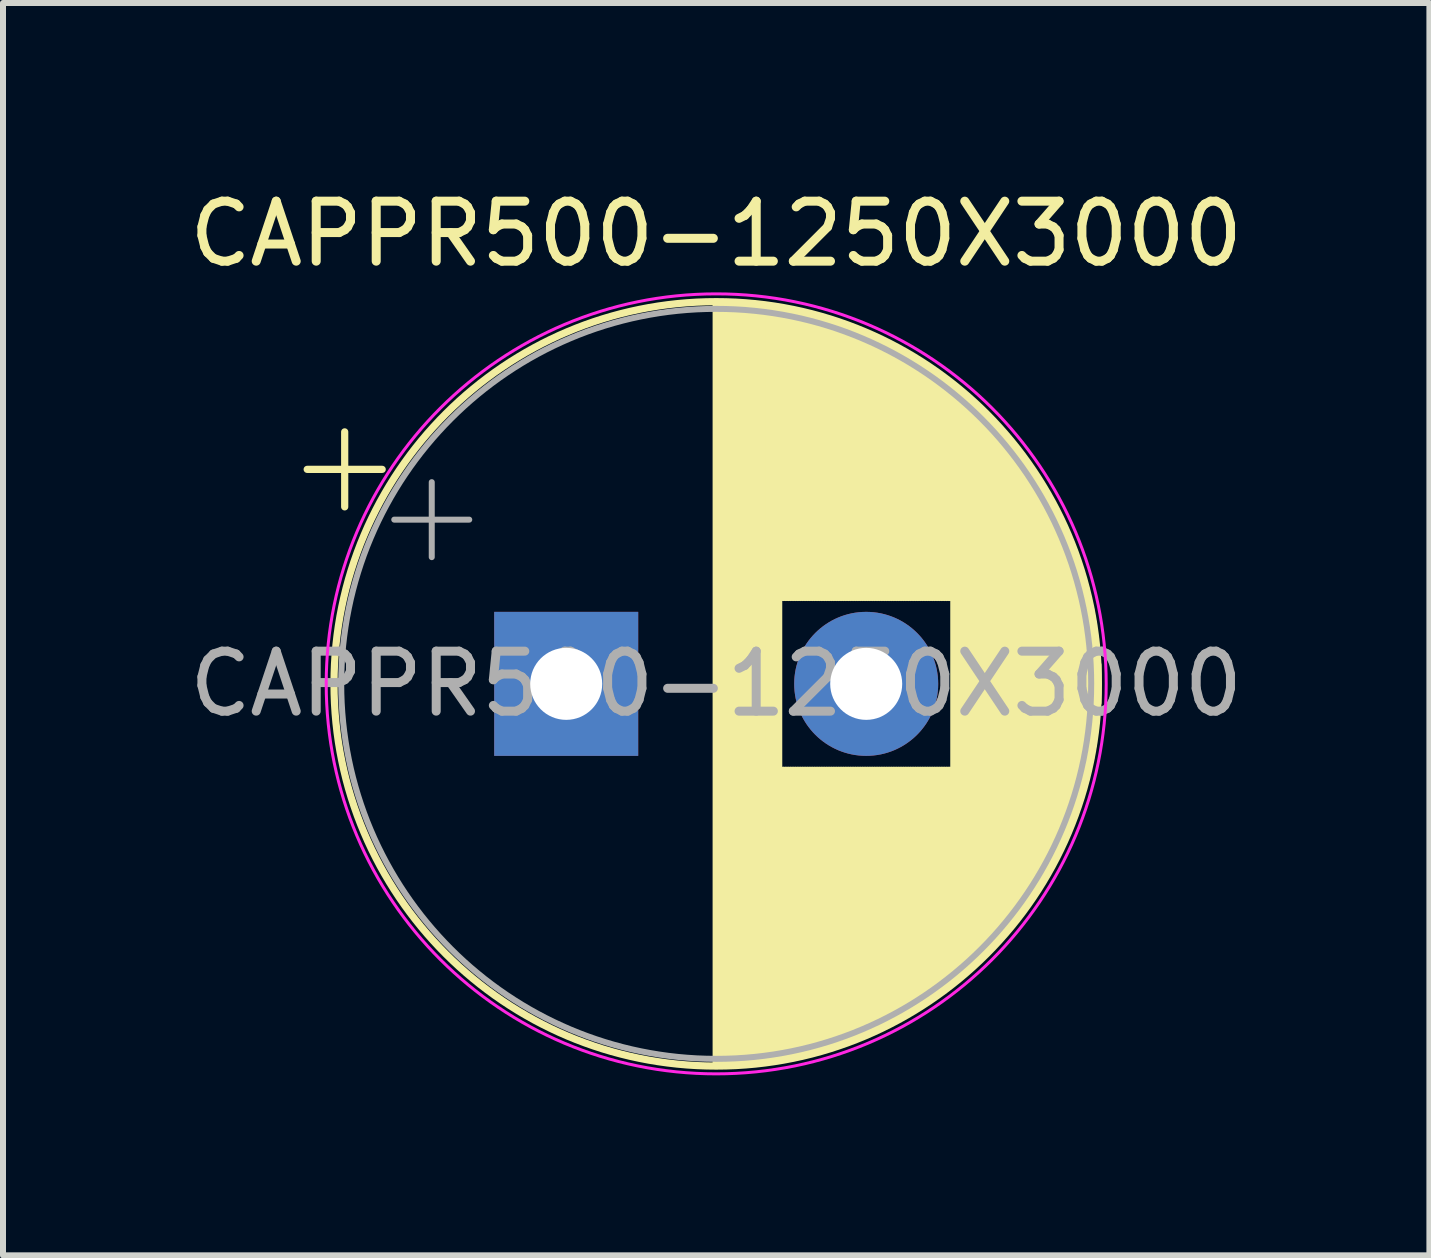
<source format=kicad_pcb>
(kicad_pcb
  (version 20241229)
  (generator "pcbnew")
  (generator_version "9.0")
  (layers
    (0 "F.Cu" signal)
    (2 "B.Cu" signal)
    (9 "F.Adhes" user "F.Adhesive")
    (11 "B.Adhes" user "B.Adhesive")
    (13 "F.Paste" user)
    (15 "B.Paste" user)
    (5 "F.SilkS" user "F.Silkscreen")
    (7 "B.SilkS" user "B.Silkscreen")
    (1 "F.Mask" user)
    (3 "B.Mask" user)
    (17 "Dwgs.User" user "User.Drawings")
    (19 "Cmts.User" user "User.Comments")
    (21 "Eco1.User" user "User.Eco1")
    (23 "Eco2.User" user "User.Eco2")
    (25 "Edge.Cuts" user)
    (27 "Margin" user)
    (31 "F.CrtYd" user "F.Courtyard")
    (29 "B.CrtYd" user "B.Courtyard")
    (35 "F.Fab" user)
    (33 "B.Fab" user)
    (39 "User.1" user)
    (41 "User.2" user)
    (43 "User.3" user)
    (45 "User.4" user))
  (footprint "CAPPR500-1250X3000"
    (layer "F.Cu")
    (at 6.387 8.348)
    (property "Reference" "CAPPR500-1250X3000" (at 2.5 -7.5 0) (layer "F.SilkS") (effects (font (size 1 1) (thickness 0.15))))
    (attr through_hole)
    (fp_line (start -4.317 -3.575) (end -3.067 -3.575) (stroke (width 0.12) (type solid)) (layer "F.SilkS"))
    (fp_line (start -3.692 -4.2) (end -3.692 -2.95) (stroke (width 0.12) (type solid)) (layer "F.SilkS"))
    (fp_line (start 2.5 -6.33) (end 2.5 6.33) (stroke (width 0.12) (type solid)) (layer "F.SilkS"))
    (fp_line (start 2.54 -6.33) (end 2.54 6.33) (stroke (width 0.12) (type solid)) (layer "F.SilkS"))
    (fp_line (start 2.58 -6.33) (end 2.58 6.33) (stroke (width 0.12) (type solid)) (layer "F.SilkS"))
    (fp_line (start 2.62 -6.329) (end 2.62 6.329) (stroke (width 0.12) (type solid)) (layer "F.SilkS"))
    (fp_line (start 2.66 -6.328) (end 2.66 6.328) (stroke (width 0.12) (type solid)) (layer "F.SilkS"))
    (fp_line (start 2.7 -6.327) (end 2.7 6.327) (stroke (width 0.12) (type solid)) (layer "F.SilkS"))
    (fp_line (start 2.74 -6.326) (end 2.74 6.326) (stroke (width 0.12) (type solid)) (layer "F.SilkS"))
    (fp_line (start 2.78 -6.324) (end 2.78 6.324) (stroke (width 0.12) (type solid)) (layer "F.SilkS"))
    (fp_line (start 2.82 -6.322) (end 2.82 6.322) (stroke (width 0.12) (type solid)) (layer "F.SilkS"))
    (fp_line (start 2.86 -6.32) (end 2.86 6.32) (stroke (width 0.12) (type solid)) (layer "F.SilkS"))
    (fp_line (start 2.9 -6.318) (end 2.9 6.318) (stroke (width 0.12) (type solid)) (layer "F.SilkS"))
    (fp_line (start 2.94 -6.315) (end 2.94 6.315) (stroke (width 0.12) (type solid)) (layer "F.SilkS"))
    (fp_line (start 2.98 -6.312) (end 2.98 6.312) (stroke (width 0.12) (type solid)) (layer "F.SilkS"))
    (fp_line (start 3.02 -6.309) (end 3.02 6.309) (stroke (width 0.12) (type solid)) (layer "F.SilkS"))
    (fp_line (start 3.06 -6.306) (end 3.06 6.306) (stroke (width 0.12) (type solid)) (layer "F.SilkS"))
    (fp_line (start 3.1 -6.302) (end 3.1 6.302) (stroke (width 0.12) (type solid)) (layer "F.SilkS"))
    (fp_line (start 3.14 -6.298) (end 3.14 6.298) (stroke (width 0.12) (type solid)) (layer "F.SilkS"))
    (fp_line (start 3.18 -6.294) (end 3.18 6.294) (stroke (width 0.12) (type solid)) (layer "F.SilkS"))
    (fp_line (start 3.221 -6.29) (end 3.221 6.29) (stroke (width 0.12) (type solid)) (layer "F.SilkS"))
    (fp_line (start 3.261 -6.285) (end 3.261 6.285) (stroke (width 0.12) (type solid)) (layer "F.SilkS"))
    (fp_line (start 3.301 -6.28) (end 3.301 6.28) (stroke (width 0.12) (type solid)) (layer "F.SilkS"))
    (fp_line (start 3.341 -6.275) (end 3.341 6.275) (stroke (width 0.12) (type solid)) (layer "F.SilkS"))
    (fp_line (start 3.381 -6.269) (end 3.381 6.269) (stroke (width 0.12) (type solid)) (layer "F.SilkS"))
    (fp_line (start 3.421 -6.264) (end 3.421 6.264) (stroke (width 0.12) (type solid)) (layer "F.SilkS"))
    (fp_line (start 3.461 -6.258) (end 3.461 6.258) (stroke (width 0.12) (type solid)) (layer "F.SilkS"))
    (fp_line (start 3.501 -6.252) (end 3.501 6.252) (stroke (width 0.12) (type solid)) (layer "F.SilkS"))
    (fp_line (start 3.541 -6.245) (end 3.541 6.245) (stroke (width 0.12) (type solid)) (layer "F.SilkS"))
    (fp_line (start 3.581 -6.238) (end 3.581 -1.44) (stroke (width 0.12) (type solid)) (layer "F.SilkS"))
    (fp_line (start 3.581 1.44) (end 3.581 6.238) (stroke (width 0.12) (type solid)) (layer "F.SilkS"))
    (fp_line (start 3.621 -6.231) (end 3.621 -1.44) (stroke (width 0.12) (type solid)) (layer "F.SilkS"))
    (fp_line (start 3.621 1.44) (end 3.621 6.231) (stroke (width 0.12) (type solid)) (layer "F.SilkS"))
    (fp_line (start 3.661 -6.224) (end 3.661 -1.44) (stroke (width 0.12) (type solid)) (layer "F.SilkS"))
    (fp_line (start 3.661 1.44) (end 3.661 6.224) (stroke (width 0.12) (type solid)) (layer "F.SilkS"))
    (fp_line (start 3.701 -6.216) (end 3.701 -1.44) (stroke (width 0.12) (type solid)) (layer "F.SilkS"))
    (fp_line (start 3.701 1.44) (end 3.701 6.216) (stroke (width 0.12) (type solid)) (layer "F.SilkS"))
    (fp_line (start 3.741 -6.209) (end 3.741 -1.44) (stroke (width 0.12) (type solid)) (layer "F.SilkS"))
    (fp_line (start 3.741 1.44) (end 3.741 6.209) (stroke (width 0.12) (type solid)) (layer "F.SilkS"))
    (fp_line (start 3.781 -6.201) (end 3.781 -1.44) (stroke (width 0.12) (type solid)) (layer "F.SilkS"))
    (fp_line (start 3.781 1.44) (end 3.781 6.201) (stroke (width 0.12) (type solid)) (layer "F.SilkS"))
    (fp_line (start 3.821 -6.192) (end 3.821 -1.44) (stroke (width 0.12) (type solid)) (layer "F.SilkS"))
    (fp_line (start 3.821 1.44) (end 3.821 6.192) (stroke (width 0.12) (type solid)) (layer "F.SilkS"))
    (fp_line (start 3.861 -6.184) (end 3.861 -1.44) (stroke (width 0.12) (type solid)) (layer "F.SilkS"))
    (fp_line (start 3.861 1.44) (end 3.861 6.184) (stroke (width 0.12) (type solid)) (layer "F.SilkS"))
    (fp_line (start 3.901 -6.175) (end 3.901 -1.44) (stroke (width 0.12) (type solid)) (layer "F.SilkS"))
    (fp_line (start 3.901 1.44) (end 3.901 6.175) (stroke (width 0.12) (type solid)) (layer "F.SilkS"))
    (fp_line (start 3.941 -6.166) (end 3.941 -1.44) (stroke (width 0.12) (type solid)) (layer "F.SilkS"))
    (fp_line (start 3.941 1.44) (end 3.941 6.166) (stroke (width 0.12) (type solid)) (layer "F.SilkS"))
    (fp_line (start 3.981 -6.156) (end 3.981 -1.44) (stroke (width 0.12) (type solid)) (layer "F.SilkS"))
    (fp_line (start 3.981 1.44) (end 3.981 6.156) (stroke (width 0.12) (type solid)) (layer "F.SilkS"))
    (fp_line (start 4.021 -6.146) (end 4.021 -1.44) (stroke (width 0.12) (type solid)) (layer "F.SilkS"))
    (fp_line (start 4.021 1.44) (end 4.021 6.146) (stroke (width 0.12) (type solid)) (layer "F.SilkS"))
    (fp_line (start 4.061 -6.137) (end 4.061 -1.44) (stroke (width 0.12) (type solid)) (layer "F.SilkS"))
    (fp_line (start 4.061 1.44) (end 4.061 6.137) (stroke (width 0.12) (type solid)) (layer "F.SilkS"))
    (fp_line (start 4.101 -6.126) (end 4.101 -1.44) (stroke (width 0.12) (type solid)) (layer "F.SilkS"))
    (fp_line (start 4.101 1.44) (end 4.101 6.126) (stroke (width 0.12) (type solid)) (layer "F.SilkS"))
    (fp_line (start 4.141 -6.116) (end 4.141 -1.44) (stroke (width 0.12) (type solid)) (layer "F.SilkS"))
    (fp_line (start 4.141 1.44) (end 4.141 6.116) (stroke (width 0.12) (type solid)) (layer "F.SilkS"))
    (fp_line (start 4.181 -6.105) (end 4.181 -1.44) (stroke (width 0.12) (type solid)) (layer "F.SilkS"))
    (fp_line (start 4.181 1.44) (end 4.181 6.105) (stroke (width 0.12) (type solid)) (layer "F.SilkS"))
    (fp_line (start 4.221 -6.094) (end 4.221 -1.44) (stroke (width 0.12) (type solid)) (layer "F.SilkS"))
    (fp_line (start 4.221 1.44) (end 4.221 6.094) (stroke (width 0.12) (type solid)) (layer "F.SilkS"))
    (fp_line (start 4.261 -6.083) (end 4.261 -1.44) (stroke (width 0.12) (type solid)) (layer "F.SilkS"))
    (fp_line (start 4.261 1.44) (end 4.261 6.083) (stroke (width 0.12) (type solid)) (layer "F.SilkS"))
    (fp_line (start 4.301 -6.071) (end 4.301 -1.44) (stroke (width 0.12) (type solid)) (layer "F.SilkS"))
    (fp_line (start 4.301 1.44) (end 4.301 6.071) (stroke (width 0.12) (type solid)) (layer "F.SilkS"))
    (fp_line (start 4.341 -6.059) (end 4.341 -1.44) (stroke (width 0.12) (type solid)) (layer "F.SilkS"))
    (fp_line (start 4.341 1.44) (end 4.341 6.059) (stroke (width 0.12) (type solid)) (layer "F.SilkS"))
    (fp_line (start 4.381 -6.047) (end 4.381 -1.44) (stroke (width 0.12) (type solid)) (layer "F.SilkS"))
    (fp_line (start 4.381 1.44) (end 4.381 6.047) (stroke (width 0.12) (type solid)) (layer "F.SilkS"))
    (fp_line (start 4.421 -6.034) (end 4.421 -1.44) (stroke (width 0.12) (type solid)) (layer "F.SilkS"))
    (fp_line (start 4.421 1.44) (end 4.421 6.034) (stroke (width 0.12) (type solid)) (layer "F.SilkS"))
    (fp_line (start 4.461 -6.021) (end 4.461 -1.44) (stroke (width 0.12) (type solid)) (layer "F.SilkS"))
    (fp_line (start 4.461 1.44) (end 4.461 6.021) (stroke (width 0.12) (type solid)) (layer "F.SilkS"))
    (fp_line (start 4.501 -6.008) (end 4.501 -1.44) (stroke (width 0.12) (type solid)) (layer "F.SilkS"))
    (fp_line (start 4.501 1.44) (end 4.501 6.008) (stroke (width 0.12) (type solid)) (layer "F.SilkS"))
    (fp_line (start 4.541 -5.995) (end 4.541 -1.44) (stroke (width 0.12) (type solid)) (layer "F.SilkS"))
    (fp_line (start 4.541 1.44) (end 4.541 5.995) (stroke (width 0.12) (type solid)) (layer "F.SilkS"))
    (fp_line (start 4.581 -5.981) (end 4.581 -1.44) (stroke (width 0.12) (type solid)) (layer "F.SilkS"))
    (fp_line (start 4.581 1.44) (end 4.581 5.981) (stroke (width 0.12) (type solid)) (layer "F.SilkS"))
    (fp_line (start 4.621 -5.967) (end 4.621 -1.44) (stroke (width 0.12) (type solid)) (layer "F.SilkS"))
    (fp_line (start 4.621 1.44) (end 4.621 5.967) (stroke (width 0.12) (type solid)) (layer "F.SilkS"))
    (fp_line (start 4.661 -5.953) (end 4.661 -1.44) (stroke (width 0.12) (type solid)) (layer "F.SilkS"))
    (fp_line (start 4.661 1.44) (end 4.661 5.953) (stroke (width 0.12) (type solid)) (layer "F.SilkS"))
    (fp_line (start 4.701 -5.939) (end 4.701 -1.44) (stroke (width 0.12) (type solid)) (layer "F.SilkS"))
    (fp_line (start 4.701 1.44) (end 4.701 5.939) (stroke (width 0.12) (type solid)) (layer "F.SilkS"))
    (fp_line (start 4.741 -5.924) (end 4.741 -1.44) (stroke (width 0.12) (type solid)) (layer "F.SilkS"))
    (fp_line (start 4.741 1.44) (end 4.741 5.924) (stroke (width 0.12) (type solid)) (layer "F.SilkS"))
    (fp_line (start 4.781 -5.908) (end 4.781 -1.44) (stroke (width 0.12) (type solid)) (layer "F.SilkS"))
    (fp_line (start 4.781 1.44) (end 4.781 5.908) (stroke (width 0.12) (type solid)) (layer "F.SilkS"))
    (fp_line (start 4.821 -5.893) (end 4.821 -1.44) (stroke (width 0.12) (type solid)) (layer "F.SilkS"))
    (fp_line (start 4.821 1.44) (end 4.821 5.893) (stroke (width 0.12) (type solid)) (layer "F.SilkS"))
    (fp_line (start 4.861 -5.877) (end 4.861 -1.44) (stroke (width 0.12) (type solid)) (layer "F.SilkS"))
    (fp_line (start 4.861 1.44) (end 4.861 5.877) (stroke (width 0.12) (type solid)) (layer "F.SilkS"))
    (fp_line (start 4.901 -5.861) (end 4.901 -1.44) (stroke (width 0.12) (type solid)) (layer "F.SilkS"))
    (fp_line (start 4.901 1.44) (end 4.901 5.861) (stroke (width 0.12) (type solid)) (layer "F.SilkS"))
    (fp_line (start 4.941 -5.845) (end 4.941 -1.44) (stroke (width 0.12) (type solid)) (layer "F.SilkS"))
    (fp_line (start 4.941 1.44) (end 4.941 5.845) (stroke (width 0.12) (type solid)) (layer "F.SilkS"))
    (fp_line (start 4.981 -5.828) (end 4.981 -1.44) (stroke (width 0.12) (type solid)) (layer "F.SilkS"))
    (fp_line (start 4.981 1.44) (end 4.981 5.828) (stroke (width 0.12) (type solid)) (layer "F.SilkS"))
    (fp_line (start 5.021 -5.811) (end 5.021 -1.44) (stroke (width 0.12) (type solid)) (layer "F.SilkS"))
    (fp_line (start 5.021 1.44) (end 5.021 5.811) (stroke (width 0.12) (type solid)) (layer "F.SilkS"))
    (fp_line (start 5.061 -5.793) (end 5.061 -1.44) (stroke (width 0.12) (type solid)) (layer "F.SilkS"))
    (fp_line (start 5.061 1.44) (end 5.061 5.793) (stroke (width 0.12) (type solid)) (layer "F.SilkS"))
    (fp_line (start 5.101 -5.776) (end 5.101 -1.44) (stroke (width 0.12) (type solid)) (layer "F.SilkS"))
    (fp_line (start 5.101 1.44) (end 5.101 5.776) (stroke (width 0.12) (type solid)) (layer "F.SilkS"))
    (fp_line (start 5.141 -5.758) (end 5.141 -1.44) (stroke (width 0.12) (type solid)) (layer "F.SilkS"))
    (fp_line (start 5.141 1.44) (end 5.141 5.758) (stroke (width 0.12) (type solid)) (layer "F.SilkS"))
    (fp_line (start 5.181 -5.739) (end 5.181 -1.44) (stroke (width 0.12) (type solid)) (layer "F.SilkS"))
    (fp_line (start 5.181 1.44) (end 5.181 5.739) (stroke (width 0.12) (type solid)) (layer "F.SilkS"))
    (fp_line (start 5.221 -5.721) (end 5.221 -1.44) (stroke (width 0.12) (type solid)) (layer "F.SilkS"))
    (fp_line (start 5.221 1.44) (end 5.221 5.721) (stroke (width 0.12) (type solid)) (layer "F.SilkS"))
    (fp_line (start 5.261 -5.702) (end 5.261 -1.44) (stroke (width 0.12) (type solid)) (layer "F.SilkS"))
    (fp_line (start 5.261 1.44) (end 5.261 5.702) (stroke (width 0.12) (type solid)) (layer "F.SilkS"))
    (fp_line (start 5.301 -5.682) (end 5.301 -1.44) (stroke (width 0.12) (type solid)) (layer "F.SilkS"))
    (fp_line (start 5.301 1.44) (end 5.301 5.682) (stroke (width 0.12) (type solid)) (layer "F.SilkS"))
    (fp_line (start 5.341 -5.662) (end 5.341 -1.44) (stroke (width 0.12) (type solid)) (layer "F.SilkS"))
    (fp_line (start 5.341 1.44) (end 5.341 5.662) (stroke (width 0.12) (type solid)) (layer "F.SilkS"))
    (fp_line (start 5.381 -5.642) (end 5.381 -1.44) (stroke (width 0.12) (type solid)) (layer "F.SilkS"))
    (fp_line (start 5.381 1.44) (end 5.381 5.642) (stroke (width 0.12) (type solid)) (layer "F.SilkS"))
    (fp_line (start 5.421 -5.622) (end 5.421 -1.44) (stroke (width 0.12) (type solid)) (layer "F.SilkS"))
    (fp_line (start 5.421 1.44) (end 5.421 5.622) (stroke (width 0.12) (type solid)) (layer "F.SilkS"))
    (fp_line (start 5.461 -5.601) (end 5.461 -1.44) (stroke (width 0.12) (type solid)) (layer "F.SilkS"))
    (fp_line (start 5.461 1.44) (end 5.461 5.601) (stroke (width 0.12) (type solid)) (layer "F.SilkS"))
    (fp_line (start 5.501 -5.58) (end 5.501 -1.44) (stroke (width 0.12) (type solid)) (layer "F.SilkS"))
    (fp_line (start 5.501 1.44) (end 5.501 5.58) (stroke (width 0.12) (type solid)) (layer "F.SilkS"))
    (fp_line (start 5.541 -5.558) (end 5.541 -1.44) (stroke (width 0.12) (type solid)) (layer "F.SilkS"))
    (fp_line (start 5.541 1.44) (end 5.541 5.558) (stroke (width 0.12) (type solid)) (layer "F.SilkS"))
    (fp_line (start 5.581 -5.536) (end 5.581 -1.44) (stroke (width 0.12) (type solid)) (layer "F.SilkS"))
    (fp_line (start 5.581 1.44) (end 5.581 5.536) (stroke (width 0.12) (type solid)) (layer "F.SilkS"))
    (fp_line (start 5.621 -5.514) (end 5.621 -1.44) (stroke (width 0.12) (type solid)) (layer "F.SilkS"))
    (fp_line (start 5.621 1.44) (end 5.621 5.514) (stroke (width 0.12) (type solid)) (layer "F.SilkS"))
    (fp_line (start 5.661 -5.491) (end 5.661 -1.44) (stroke (width 0.12) (type solid)) (layer "F.SilkS"))
    (fp_line (start 5.661 1.44) (end 5.661 5.491) (stroke (width 0.12) (type solid)) (layer "F.SilkS"))
    (fp_line (start 5.701 -5.468) (end 5.701 -1.44) (stroke (width 0.12) (type solid)) (layer "F.SilkS"))
    (fp_line (start 5.701 1.44) (end 5.701 5.468) (stroke (width 0.12) (type solid)) (layer "F.SilkS"))
    (fp_line (start 5.741 -5.445) (end 5.741 -1.44) (stroke (width 0.12) (type solid)) (layer "F.SilkS"))
    (fp_line (start 5.741 1.44) (end 5.741 5.445) (stroke (width 0.12) (type solid)) (layer "F.SilkS"))
    (fp_line (start 5.781 -5.421) (end 5.781 -1.44) (stroke (width 0.12) (type solid)) (layer "F.SilkS"))
    (fp_line (start 5.781 1.44) (end 5.781 5.421) (stroke (width 0.12) (type solid)) (layer "F.SilkS"))
    (fp_line (start 5.821 -5.397) (end 5.821 -1.44) (stroke (width 0.12) (type solid)) (layer "F.SilkS"))
    (fp_line (start 5.821 1.44) (end 5.821 5.397) (stroke (width 0.12) (type solid)) (layer "F.SilkS"))
    (fp_line (start 5.861 -5.372) (end 5.861 -1.44) (stroke (width 0.12) (type solid)) (layer "F.SilkS"))
    (fp_line (start 5.861 1.44) (end 5.861 5.372) (stroke (width 0.12) (type solid)) (layer "F.SilkS"))
    (fp_line (start 5.901 -5.347) (end 5.901 -1.44) (stroke (width 0.12) (type solid)) (layer "F.SilkS"))
    (fp_line (start 5.901 1.44) (end 5.901 5.347) (stroke (width 0.12) (type solid)) (layer "F.SilkS"))
    (fp_line (start 5.941 -5.322) (end 5.941 -1.44) (stroke (width 0.12) (type solid)) (layer "F.SilkS"))
    (fp_line (start 5.941 1.44) (end 5.941 5.322) (stroke (width 0.12) (type solid)) (layer "F.SilkS"))
    (fp_line (start 5.981 -5.296) (end 5.981 -1.44) (stroke (width 0.12) (type solid)) (layer "F.SilkS"))
    (fp_line (start 5.981 1.44) (end 5.981 5.296) (stroke (width 0.12) (type solid)) (layer "F.SilkS"))
    (fp_line (start 6.021 -5.27) (end 6.021 -1.44) (stroke (width 0.12) (type solid)) (layer "F.SilkS"))
    (fp_line (start 6.021 1.44) (end 6.021 5.27) (stroke (width 0.12) (type solid)) (layer "F.SilkS"))
    (fp_line (start 6.061 -5.243) (end 6.061 -1.44) (stroke (width 0.12) (type solid)) (layer "F.SilkS"))
    (fp_line (start 6.061 1.44) (end 6.061 5.243) (stroke (width 0.12) (type solid)) (layer "F.SilkS"))
    (fp_line (start 6.101 -5.216) (end 6.101 -1.44) (stroke (width 0.12) (type solid)) (layer "F.SilkS"))
    (fp_line (start 6.101 1.44) (end 6.101 5.216) (stroke (width 0.12) (type solid)) (layer "F.SilkS"))
    (fp_line (start 6.141 -5.188) (end 6.141 -1.44) (stroke (width 0.12) (type solid)) (layer "F.SilkS"))
    (fp_line (start 6.141 1.44) (end 6.141 5.188) (stroke (width 0.12) (type solid)) (layer "F.SilkS"))
    (fp_line (start 6.181 -5.16) (end 6.181 -1.44) (stroke (width 0.12) (type solid)) (layer "F.SilkS"))
    (fp_line (start 6.181 1.44) (end 6.181 5.16) (stroke (width 0.12) (type solid)) (layer "F.SilkS"))
    (fp_line (start 6.221 -5.131) (end 6.221 -1.44) (stroke (width 0.12) (type solid)) (layer "F.SilkS"))
    (fp_line (start 6.221 1.44) (end 6.221 5.131) (stroke (width 0.12) (type solid)) (layer "F.SilkS"))
    (fp_line (start 6.261 -5.102) (end 6.261 -1.44) (stroke (width 0.12) (type solid)) (layer "F.SilkS"))
    (fp_line (start 6.261 1.44) (end 6.261 5.102) (stroke (width 0.12) (type solid)) (layer "F.SilkS"))
    (fp_line (start 6.301 -5.073) (end 6.301 -1.44) (stroke (width 0.12) (type solid)) (layer "F.SilkS"))
    (fp_line (start 6.301 1.44) (end 6.301 5.073) (stroke (width 0.12) (type solid)) (layer "F.SilkS"))
    (fp_line (start 6.341 -5.043) (end 6.341 -1.44) (stroke (width 0.12) (type solid)) (layer "F.SilkS"))
    (fp_line (start 6.341 1.44) (end 6.341 5.043) (stroke (width 0.12) (type solid)) (layer "F.SilkS"))
    (fp_line (start 6.381 -5.012) (end 6.381 -1.44) (stroke (width 0.12) (type solid)) (layer "F.SilkS"))
    (fp_line (start 6.381 1.44) (end 6.381 5.012) (stroke (width 0.12) (type solid)) (layer "F.SilkS"))
    (fp_line (start 6.421 -4.982) (end 6.421 -1.44) (stroke (width 0.12) (type solid)) (layer "F.SilkS"))
    (fp_line (start 6.421 1.44) (end 6.421 4.982) (stroke (width 0.12) (type solid)) (layer "F.SilkS"))
    (fp_line (start 6.461 -4.95) (end 6.461 4.95) (stroke (width 0.12) (type solid)) (layer "F.SilkS"))
    (fp_line (start 6.501 -4.918) (end 6.501 4.918) (stroke (width 0.12) (type solid)) (layer "F.SilkS"))
    (fp_line (start 6.541 -4.885) (end 6.541 4.885) (stroke (width 0.12) (type solid)) (layer "F.SilkS"))
    (fp_line (start 6.581 -4.852) (end 6.581 4.852) (stroke (width 0.12) (type solid)) (layer "F.SilkS"))
    (fp_line (start 6.621 -4.819) (end 6.621 4.819) (stroke (width 0.12) (type solid)) (layer "F.SilkS"))
    (fp_line (start 6.661 -4.785) (end 6.661 4.785) (stroke (width 0.12) (type solid)) (layer "F.SilkS"))
    (fp_line (start 6.701 -4.75) (end 6.701 4.75) (stroke (width 0.12) (type solid)) (layer "F.SilkS"))
    (fp_line (start 6.741 -4.714) (end 6.741 4.714) (stroke (width 0.12) (type solid)) (layer "F.SilkS"))
    (fp_line (start 6.781 -4.678) (end 6.781 4.678) (stroke (width 0.12) (type solid)) (layer "F.SilkS"))
    (fp_line (start 6.821 -4.642) (end 6.821 4.642) (stroke (width 0.12) (type solid)) (layer "F.SilkS"))
    (fp_line (start 6.861 -4.605) (end 6.861 4.605) (stroke (width 0.12) (type solid)) (layer "F.SilkS"))
    (fp_line (start 6.901 -4.567) (end 6.901 4.567) (stroke (width 0.12) (type solid)) (layer "F.SilkS"))
    (fp_line (start 6.941 -4.528) (end 6.941 4.528) (stroke (width 0.12) (type solid)) (layer "F.SilkS"))
    (fp_line (start 6.981 -4.489) (end 6.981 4.489) (stroke (width 0.12) (type solid)) (layer "F.SilkS"))
    (fp_line (start 7.021 -4.449) (end 7.021 4.449) (stroke (width 0.12) (type solid)) (layer "F.SilkS"))
    (fp_line (start 7.061 -4.408) (end 7.061 4.408) (stroke (width 0.12) (type solid)) (layer "F.SilkS"))
    (fp_line (start 7.101 -4.367) (end 7.101 4.367) (stroke (width 0.12) (type solid)) (layer "F.SilkS"))
    (fp_line (start 7.141 -4.325) (end 7.141 4.325) (stroke (width 0.12) (type solid)) (layer "F.SilkS"))
    (fp_line (start 7.181 -4.282) (end 7.181 4.282) (stroke (width 0.12) (type solid)) (layer "F.SilkS"))
    (fp_line (start 7.221 -4.238) (end 7.221 4.238) (stroke (width 0.12) (type solid)) (layer "F.SilkS"))
    (fp_line (start 7.261 -4.194) (end 7.261 4.194) (stroke (width 0.12) (type solid)) (layer "F.SilkS"))
    (fp_line (start 7.301 -4.148) (end 7.301 4.148) (stroke (width 0.12) (type solid)) (layer "F.SilkS"))
    (fp_line (start 7.341 -4.102) (end 7.341 4.102) (stroke (width 0.12) (type solid)) (layer "F.SilkS"))
    (fp_line (start 7.381 -4.055) (end 7.381 4.055) (stroke (width 0.12) (type solid)) (layer "F.SilkS"))
    (fp_line (start 7.421 -4.007) (end 7.421 4.007) (stroke (width 0.12) (type solid)) (layer "F.SilkS"))
    (fp_line (start 7.461 -3.957) (end 7.461 3.957) (stroke (width 0.12) (type solid)) (layer "F.SilkS"))
    (fp_line (start 7.501 -3.907) (end 7.501 3.907) (stroke (width 0.12) (type solid)) (layer "F.SilkS"))
    (fp_line (start 7.541 -3.856) (end 7.541 3.856) (stroke (width 0.12) (type solid)) (layer "F.SilkS"))
    (fp_line (start 7.581 -3.804) (end 7.581 3.804) (stroke (width 0.12) (type solid)) (layer "F.SilkS"))
    (fp_line (start 7.621 -3.75) (end 7.621 3.75) (stroke (width 0.12) (type solid)) (layer "F.SilkS"))
    (fp_line (start 7.661 -3.696) (end 7.661 3.696) (stroke (width 0.12) (type solid)) (layer "F.SilkS"))
    (fp_line (start 7.701 -3.64) (end 7.701 3.64) (stroke (width 0.12) (type solid)) (layer "F.SilkS"))
    (fp_line (start 7.741 -3.583) (end 7.741 3.583) (stroke (width 0.12) (type solid)) (layer "F.SilkS"))
    (fp_line (start 7.781 -3.524) (end 7.781 3.524) (stroke (width 0.12) (type solid)) (layer "F.SilkS"))
    (fp_line (start 7.821 -3.464) (end 7.821 3.464) (stroke (width 0.12) (type solid)) (layer "F.SilkS"))
    (fp_line (start 7.861 -3.402) (end 7.861 3.402) (stroke (width 0.12) (type solid)) (layer "F.SilkS"))
    (fp_line (start 7.901 -3.339) (end 7.901 3.339) (stroke (width 0.12) (type solid)) (layer "F.SilkS"))
    (fp_line (start 7.941 -3.275) (end 7.941 3.275) (stroke (width 0.12) (type solid)) (layer "F.SilkS"))
    (fp_line (start 7.981 -3.208) (end 7.981 3.208) (stroke (width 0.12) (type solid)) (layer "F.SilkS"))
    (fp_line (start 8.021 -3.14) (end 8.021 3.14) (stroke (width 0.12) (type solid)) (layer "F.SilkS"))
    (fp_line (start 8.061 -3.069) (end 8.061 3.069) (stroke (width 0.12) (type solid)) (layer "F.SilkS"))
    (fp_line (start 8.101 -2.996) (end 8.101 2.996) (stroke (width 0.12) (type solid)) (layer "F.SilkS"))
    (fp_line (start 8.141 -2.921) (end 8.141 2.921) (stroke (width 0.12) (type solid)) (layer "F.SilkS"))
    (fp_line (start 8.181 -2.844) (end 8.181 2.844) (stroke (width 0.12) (type solid)) (layer "F.SilkS"))
    (fp_line (start 8.221 -2.764) (end 8.221 2.764) (stroke (width 0.12) (type solid)) (layer "F.SilkS"))
    (fp_line (start 8.261 -2.681) (end 8.261 2.681) (stroke (width 0.12) (type solid)) (layer "F.SilkS"))
    (fp_line (start 8.301 -2.594) (end 8.301 2.594) (stroke (width 0.12) (type solid)) (layer "F.SilkS"))
    (fp_line (start 8.341 -2.504) (end 8.341 2.504) (stroke (width 0.12) (type solid)) (layer "F.SilkS"))
    (fp_line (start 8.381 -2.41) (end 8.381 2.41) (stroke (width 0.12) (type solid)) (layer "F.SilkS"))
    (fp_line (start 8.421 -2.312) (end 8.421 2.312) (stroke (width 0.12) (type solid)) (layer "F.SilkS"))
    (fp_line (start 8.461 -2.209) (end 8.461 2.209) (stroke (width 0.12) (type solid)) (layer "F.SilkS"))
    (fp_line (start 8.501 -2.1) (end 8.501 2.1) (stroke (width 0.12) (type solid)) (layer "F.SilkS"))
    (fp_line (start 8.541 -1.984) (end 8.541 1.984) (stroke (width 0.12) (type solid)) (layer "F.SilkS"))
    (fp_line (start 8.581 -1.861) (end 8.581 1.861) (stroke (width 0.12) (type solid)) (layer "F.SilkS"))
    (fp_line (start 8.621 -1.728) (end 8.621 1.728) (stroke (width 0.12) (type solid)) (layer "F.SilkS"))
    (fp_line (start 8.661 -1.583) (end 8.661 1.583) (stroke (width 0.12) (type solid)) (layer "F.SilkS"))
    (fp_line (start 8.701 -1.422) (end 8.701 1.422) (stroke (width 0.12) (type solid)) (layer "F.SilkS"))
    (fp_line (start 8.741 -1.241) (end 8.741 1.241) (stroke (width 0.12) (type solid)) (layer "F.SilkS"))
    (fp_line (start 8.781 -1.028) (end 8.781 1.028) (stroke (width 0.12) (type solid)) (layer "F.SilkS"))
    (fp_line (start 8.821 -0.757) (end 8.821 0.757) (stroke (width 0.12) (type solid)) (layer "F.SilkS"))
    (fp_line (start 8.861 -0.317) (end 8.861 0.317) (stroke (width 0.12) (type solid)) (layer "F.SilkS"))
    (fp_circle (center 2.5 0) (end 8.87 0) (stroke (width 0.12) (type solid)) (fill no) (layer "F.SilkS"))
    (fp_circle (center 2.5 0) (end 9 0) (stroke (width 0.05) (type solid)) (fill no) (layer "F.CrtYd"))
    (fp_line (start -2.866 -2.737) (end -1.616 -2.737) (stroke (width 0.1) (type solid)) (layer "F.Fab"))
    (fp_line (start -2.241 -3.362) (end -2.241 -2.112) (stroke (width 0.1) (type solid)) (layer "F.Fab"))
    (fp_circle (center 2.5 0) (end 8.75 0) (stroke (width 0.1) (type solid)) (fill no) (layer "F.Fab"))
    (fp_text user "${REFERENCE}" (at 2.5 0 0) (layer "F.Fab") (effects (font (size 1 1) (thickness 0.15))))
    (pad "1" thru_hole rect (at 0 0) (size 2.4 2.4) (drill 1.2) (layers "*.Cu" "*.Mask"))
    (pad "2" thru_hole circle (at 5 0) (size 2.4 2.4) (drill 1.2) (layers "*.Cu" "*.Mask")))
  (gr_rect
    (start -3 -3)
    (end 20.774 17.873)
    (stroke (width 0.1) (type default))
    (fill no)
    (layer "Edge.Cuts")))
</source>
